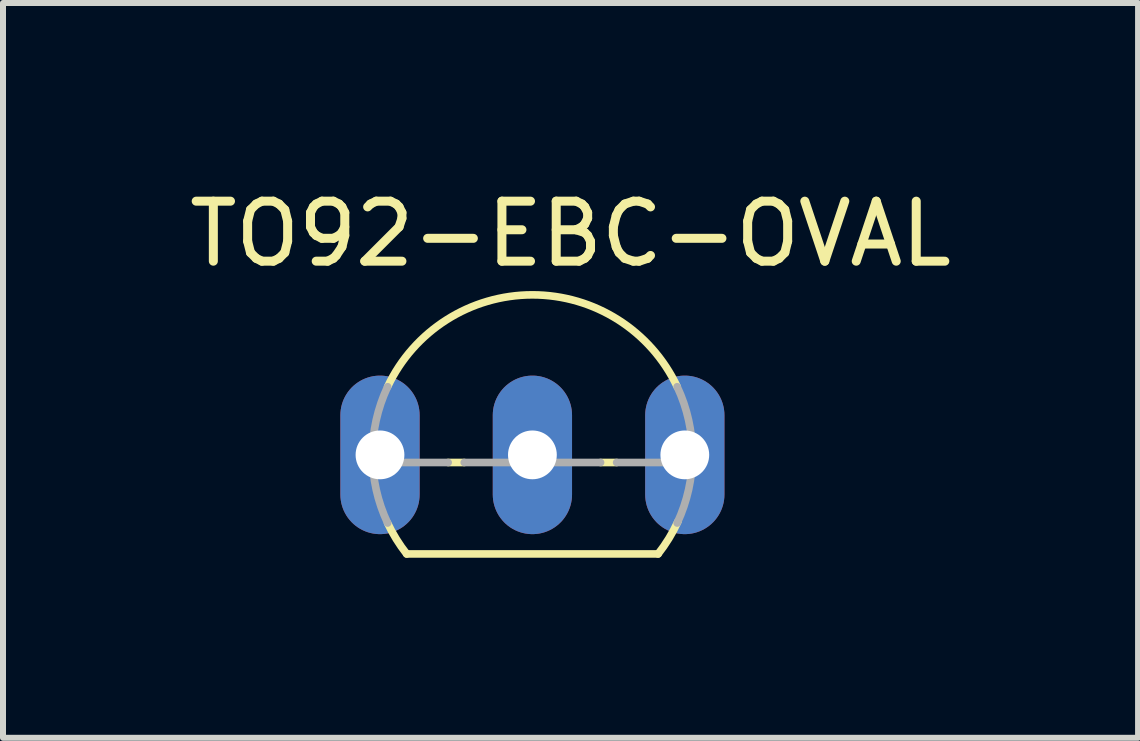
<source format=kicad_pcb>
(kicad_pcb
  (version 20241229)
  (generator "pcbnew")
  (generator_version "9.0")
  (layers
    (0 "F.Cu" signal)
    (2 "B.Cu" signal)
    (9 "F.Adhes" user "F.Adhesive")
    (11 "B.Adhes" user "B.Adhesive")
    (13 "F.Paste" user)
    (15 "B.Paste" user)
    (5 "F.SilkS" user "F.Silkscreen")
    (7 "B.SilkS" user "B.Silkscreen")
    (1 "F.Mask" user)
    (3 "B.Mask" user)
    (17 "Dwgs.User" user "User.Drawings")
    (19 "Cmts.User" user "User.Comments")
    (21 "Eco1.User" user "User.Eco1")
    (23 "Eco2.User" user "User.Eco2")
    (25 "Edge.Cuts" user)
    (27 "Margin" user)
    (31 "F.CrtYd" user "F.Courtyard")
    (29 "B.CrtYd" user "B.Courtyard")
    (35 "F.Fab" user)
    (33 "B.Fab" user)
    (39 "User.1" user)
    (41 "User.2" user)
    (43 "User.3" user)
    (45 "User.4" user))
  (footprint "TO92-EBC-OVAL"
    (layer "F.Cu")
    (at 5.823 3.261)
    (property "Reference" "TO92-EBC-OVAL" (at 0.635 -2.413 0) (layer "F.SilkS") (effects (font (size 1 1) (thickness 0.15))))
    (attr through_hole)
    (fp_line (start -2.095 2.921) (end 2.095 2.921) (stroke (width 0.127) (type solid)) (layer "F.SilkS"))
    (fp_line (start -1.136 1.397) (end -1.404 1.397) (stroke (width 0.127) (type solid)) (layer "F.SilkS"))
    (fp_line (start 1.404 1.397) (end 1.136 1.397) (stroke (width 0.127) (type solid)) (layer "F.SilkS"))
    (fp_arc (start -2.413 0.1341) (mid 0 -1.396985) (end 2.413 0.1341) (stroke (width 0.127) (type solid)) (layer "F.SilkS"))
    (fp_arc (start -2.095 2.921) (mid -2.268918 2.67252) (end -2.4135 2.4059) (stroke (width 0.127) (type solid)) (layer "F.SilkS"))
    (fp_arc (start 2.4247 2.3818) (mid 2.275878 2.661201) (end 2.095 2.921) (stroke (width 0.127) (type solid)) (layer "F.SilkS"))
    (fp_line (start -1.404 1.397) (end -2.664 1.397) (stroke (width 0.127) (type solid)) (layer "F.Fab"))
    (fp_line (start 1.136 1.397) (end -1.136 1.397) (stroke (width 0.127) (type solid)) (layer "F.Fab"))
    (fp_line (start 2.664 1.397) (end 1.404 1.397) (stroke (width 0.127) (type solid)) (layer "F.Fab"))
    (fp_arc (start -2.413 2.4059) (mid -2.666991 1.27) (end -2.413 0.1341) (stroke (width 0.127) (type solid)) (layer "F.Fab"))
    (fp_arc (start 2.413 0.1341) (mid 2.666991 1.27) (end 2.413 2.4059) (stroke (width 0.127) (type solid)) (layer "F.Fab"))
    (pad "B" thru_hole oval (at 0 1.27) (size 1.321 2.642) (drill 0.813) (layers "*.Cu" "*.Mask"))
    (pad "C" thru_hole oval (at 2.54 1.27) (size 1.321 2.642) (drill 0.813) (layers "*.Cu" "*.Mask"))
    (pad "E" thru_hole oval (at -2.54 1.27) (size 1.321 2.642) (drill 0.813) (layers "*.Cu" "*.Mask")))
  (gr_rect
    (start -3 -3)
    (end 15.917 9.246)
    (stroke (width 0.1) (type default))
    (fill no)
    (layer "Edge.Cuts")))
</source>
